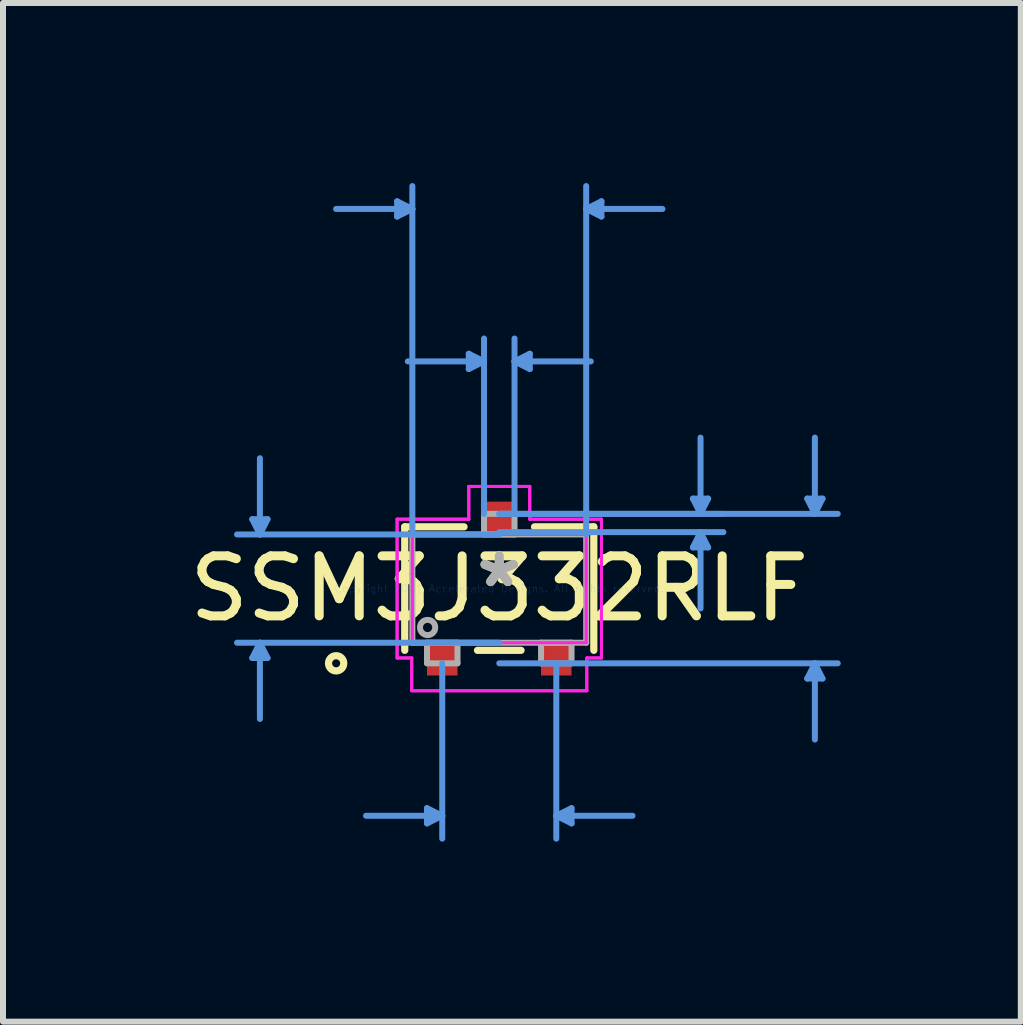
<source format=kicad_pcb>
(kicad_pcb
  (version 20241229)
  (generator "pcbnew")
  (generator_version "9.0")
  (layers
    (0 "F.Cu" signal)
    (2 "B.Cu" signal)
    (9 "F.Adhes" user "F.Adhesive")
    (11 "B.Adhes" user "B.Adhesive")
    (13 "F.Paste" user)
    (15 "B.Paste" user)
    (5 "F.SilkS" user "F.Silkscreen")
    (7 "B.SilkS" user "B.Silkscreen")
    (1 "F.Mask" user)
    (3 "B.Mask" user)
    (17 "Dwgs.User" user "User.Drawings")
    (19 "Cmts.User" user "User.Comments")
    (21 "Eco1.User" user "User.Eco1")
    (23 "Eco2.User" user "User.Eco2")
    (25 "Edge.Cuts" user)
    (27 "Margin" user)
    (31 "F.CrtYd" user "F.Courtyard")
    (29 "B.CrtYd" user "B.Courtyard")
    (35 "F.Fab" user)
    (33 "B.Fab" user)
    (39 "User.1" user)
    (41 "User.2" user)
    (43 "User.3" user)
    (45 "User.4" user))
  (footprint "SSM3J332RLF"
    (layer "F.Cu")
    (at 5.268 6.756)
    (property "Reference" "SSM3J332RLF" (at 0 0 0) (layer "F.SilkS") (effects (font (size 1 1) (thickness 0.15))))
    (attr through_hole)
    (fp_line (start -1.575 -1.029) (end -1.575 1.029) (stroke (width 0.12) (type solid)) (layer "F.SilkS"))
    (fp_line (start -0.587 -1.029) (end -1.575 -1.029) (stroke (width 0.12) (type solid)) (layer "F.SilkS"))
    (fp_line (start -0.363 1.029) (end 0.363 1.029) (stroke (width 0.12) (type solid)) (layer "F.SilkS"))
    (fp_line (start 1.575 -1.029) (end 0.587 -1.029) (stroke (width 0.12) (type solid)) (layer "F.SilkS"))
    (fp_line (start 1.575 1.029) (end 1.575 -1.029) (stroke (width 0.12) (type solid)) (layer "F.SilkS"))
    (fp_circle (center -2.718 1.245) (end -2.591 1.245) (stroke (width 0.12) (type solid)) (fill no) (layer "F.SilkS"))
    (fp_line (start -4.115 -1.156) (end -3.861 -1.156) (stroke (width 0.1) (type solid)) (layer "Cmts.User"))
    (fp_line (start -4.115 1.156) (end -3.861 1.156) (stroke (width 0.1) (type solid)) (layer "Cmts.User"))
    (fp_line (start -3.988 -0.902) (end -4.115 -1.156) (stroke (width 0.1) (type solid)) (layer "Cmts.User"))
    (fp_line (start -3.988 -0.902) (end -3.988 -2.172) (stroke (width 0.1) (type solid)) (layer "Cmts.User"))
    (fp_line (start -3.988 -0.902) (end -3.861 -1.156) (stroke (width 0.1) (type solid)) (layer "Cmts.User"))
    (fp_line (start -3.988 0.902) (end -4.115 1.156) (stroke (width 0.1) (type solid)) (layer "Cmts.User"))
    (fp_line (start -3.988 0.902) (end -3.988 2.172) (stroke (width 0.1) (type solid)) (layer "Cmts.User"))
    (fp_line (start -3.988 0.902) (end -3.861 1.156) (stroke (width 0.1) (type solid)) (layer "Cmts.User"))
    (fp_line (start -1.702 -6.452) (end -1.702 -6.198) (stroke (width 0.1) (type solid)) (layer "Cmts.User"))
    (fp_line (start -1.448 -6.325) (end -2.718 -6.325) (stroke (width 0.1) (type solid)) (layer "Cmts.User"))
    (fp_line (start -1.448 -6.325) (end -1.702 -6.452) (stroke (width 0.1) (type solid)) (layer "Cmts.User"))
    (fp_line (start -1.448 -6.325) (end -1.702 -6.198) (stroke (width 0.1) (type solid)) (layer "Cmts.User"))
    (fp_line (start -1.448 -0.902) (end -1.448 -6.706) (stroke (width 0.1) (type solid)) (layer "Cmts.User"))
    (fp_line (start -1.204 3.658) (end -1.204 3.912) (stroke (width 0.1) (type solid)) (layer "Cmts.User"))
    (fp_line (start -0.95 1.245) (end -0.95 4.166) (stroke (width 0.1) (type solid)) (layer "Cmts.User"))
    (fp_line (start -0.95 3.785) (end -2.22 3.785) (stroke (width 0.1) (type solid)) (layer "Cmts.User"))
    (fp_line (start -0.95 3.785) (end -1.204 3.658) (stroke (width 0.1) (type solid)) (layer "Cmts.User"))
    (fp_line (start -0.95 3.785) (end -1.204 3.912) (stroke (width 0.1) (type solid)) (layer "Cmts.User"))
    (fp_line (start -0.508 -3.912) (end -0.508 -3.658) (stroke (width 0.1) (type solid)) (layer "Cmts.User"))
    (fp_line (start -0.254 -3.785) (end -1.524 -3.785) (stroke (width 0.1) (type solid)) (layer "Cmts.User"))
    (fp_line (start -0.254 -3.785) (end -0.508 -3.912) (stroke (width 0.1) (type solid)) (layer "Cmts.User"))
    (fp_line (start -0.254 -3.785) (end -0.508 -3.658) (stroke (width 0.1) (type solid)) (layer "Cmts.User"))
    (fp_line (start -0.254 -1.245) (end -0.254 -4.166) (stroke (width 0.1) (type solid)) (layer "Cmts.User"))
    (fp_line (start 0 -1.245) (end 3.734 -1.245) (stroke (width 0.1) (type solid)) (layer "Cmts.User"))
    (fp_line (start 0 -1.245) (end 5.639 -1.245) (stroke (width 0.1) (type solid)) (layer "Cmts.User"))
    (fp_line (start 0 -0.94) (end 3.734 -0.94) (stroke (width 0.1) (type solid)) (layer "Cmts.User"))
    (fp_line (start 0 -0.902) (end -4.369 -0.902) (stroke (width 0.1) (type solid)) (layer "Cmts.User"))
    (fp_line (start 0 0.902) (end -4.369 0.902) (stroke (width 0.1) (type solid)) (layer "Cmts.User"))
    (fp_line (start 0 1.245) (end 5.639 1.245) (stroke (width 0.1) (type solid)) (layer "Cmts.User"))
    (fp_line (start 0.254 -3.785) (end 0.508 -3.912) (stroke (width 0.1) (type solid)) (layer "Cmts.User"))
    (fp_line (start 0.254 -3.785) (end 0.508 -3.658) (stroke (width 0.1) (type solid)) (layer "Cmts.User"))
    (fp_line (start 0.254 -3.785) (end 1.524 -3.785) (stroke (width 0.1) (type solid)) (layer "Cmts.User"))
    (fp_line (start 0.254 -1.245) (end 0.254 -4.166) (stroke (width 0.1) (type solid)) (layer "Cmts.User"))
    (fp_line (start 0.508 -3.912) (end 0.508 -3.658) (stroke (width 0.1) (type solid)) (layer "Cmts.User"))
    (fp_line (start 0.95 1.245) (end 0.95 4.166) (stroke (width 0.1) (type solid)) (layer "Cmts.User"))
    (fp_line (start 0.95 3.785) (end 1.204 3.658) (stroke (width 0.1) (type solid)) (layer "Cmts.User"))
    (fp_line (start 0.95 3.785) (end 1.204 3.912) (stroke (width 0.1) (type solid)) (layer "Cmts.User"))
    (fp_line (start 0.95 3.785) (end 2.22 3.785) (stroke (width 0.1) (type solid)) (layer "Cmts.User"))
    (fp_line (start 1.204 3.658) (end 1.204 3.912) (stroke (width 0.1) (type solid)) (layer "Cmts.User"))
    (fp_line (start 1.448 -6.325) (end 1.702 -6.452) (stroke (width 0.1) (type solid)) (layer "Cmts.User"))
    (fp_line (start 1.448 -6.325) (end 1.702 -6.198) (stroke (width 0.1) (type solid)) (layer "Cmts.User"))
    (fp_line (start 1.448 -6.325) (end 2.718 -6.325) (stroke (width 0.1) (type solid)) (layer "Cmts.User"))
    (fp_line (start 1.448 -0.902) (end 1.448 -6.706) (stroke (width 0.1) (type solid)) (layer "Cmts.User"))
    (fp_line (start 1.702 -6.452) (end 1.702 -6.198) (stroke (width 0.1) (type solid)) (layer "Cmts.User"))
    (fp_line (start 3.226 -1.499) (end 3.48 -1.499) (stroke (width 0.1) (type solid)) (layer "Cmts.User"))
    (fp_line (start 3.226 -0.686) (end 3.48 -0.686) (stroke (width 0.1) (type solid)) (layer "Cmts.User"))
    (fp_line (start 3.353 -1.245) (end 3.226 -1.499) (stroke (width 0.1) (type solid)) (layer "Cmts.User"))
    (fp_line (start 3.353 -1.245) (end 3.353 -2.515) (stroke (width 0.1) (type solid)) (layer "Cmts.User"))
    (fp_line (start 3.353 -1.245) (end 3.48 -1.499) (stroke (width 0.1) (type solid)) (layer "Cmts.User"))
    (fp_line (start 3.353 -0.94) (end 3.226 -0.686) (stroke (width 0.1) (type solid)) (layer "Cmts.User"))
    (fp_line (start 3.353 -0.94) (end 3.353 0.33) (stroke (width 0.1) (type solid)) (layer "Cmts.User"))
    (fp_line (start 3.353 -0.94) (end 3.48 -0.686) (stroke (width 0.1) (type solid)) (layer "Cmts.User"))
    (fp_line (start 5.131 -1.499) (end 5.385 -1.499) (stroke (width 0.1) (type solid)) (layer "Cmts.User"))
    (fp_line (start 5.131 1.499) (end 5.385 1.499) (stroke (width 0.1) (type solid)) (layer "Cmts.User"))
    (fp_line (start 5.258 -1.245) (end 5.131 -1.499) (stroke (width 0.1) (type solid)) (layer "Cmts.User"))
    (fp_line (start 5.258 -1.245) (end 5.258 -2.515) (stroke (width 0.1) (type solid)) (layer "Cmts.User"))
    (fp_line (start 5.258 -1.245) (end 5.385 -1.499) (stroke (width 0.1) (type solid)) (layer "Cmts.User"))
    (fp_line (start 5.258 1.245) (end 5.131 1.499) (stroke (width 0.1) (type solid)) (layer "Cmts.User"))
    (fp_line (start 5.258 1.245) (end 5.258 2.515) (stroke (width 0.1) (type solid)) (layer "Cmts.User"))
    (fp_line (start 5.258 1.245) (end 5.385 1.499) (stroke (width 0.1) (type solid)) (layer "Cmts.User"))
    (fp_line (start -1.702 -1.156) (end -0.508 -1.156) (stroke (width 0.05) (type solid)) (layer "F.CrtYd"))
    (fp_line (start -1.702 -1.156) (end -0.508 -1.156) (stroke (width 0.05) (type solid)) (layer "F.CrtYd"))
    (fp_line (start -1.702 1.156) (end -1.702 -1.156) (stroke (width 0.05) (type solid)) (layer "F.CrtYd"))
    (fp_line (start -1.702 1.156) (end -1.702 -1.156) (stroke (width 0.05) (type solid)) (layer "F.CrtYd"))
    (fp_line (start -1.702 1.156) (end -1.458 1.156) (stroke (width 0.05) (type solid)) (layer "F.CrtYd"))
    (fp_line (start -1.458 1.156) (end -1.702 1.156) (stroke (width 0.05) (type solid)) (layer "F.CrtYd"))
    (fp_line (start -1.458 1.156) (end -1.458 1.702) (stroke (width 0.05) (type solid)) (layer "F.CrtYd"))
    (fp_line (start -1.458 1.702) (end -1.458 1.156) (stroke (width 0.05) (type solid)) (layer "F.CrtYd"))
    (fp_line (start -1.458 1.702) (end 1.458 1.702) (stroke (width 0.05) (type solid)) (layer "F.CrtYd"))
    (fp_line (start -1.448 -0.902) (end 1.448 -0.902) (stroke (width 0.05) (type solid)) (layer "F.CrtYd"))
    (fp_line (start -1.448 0.902) (end -1.448 -0.902) (stroke (width 0.05) (type solid)) (layer "F.CrtYd"))
    (fp_line (start -0.508 -1.702) (end 0.508 -1.702) (stroke (width 0.05) (type solid)) (layer "F.CrtYd"))
    (fp_line (start -0.508 -1.702) (end 0.508 -1.702) (stroke (width 0.05) (type solid)) (layer "F.CrtYd"))
    (fp_line (start -0.508 -1.156) (end -0.508 -1.702) (stroke (width 0.05) (type solid)) (layer "F.CrtYd"))
    (fp_line (start -0.508 -1.156) (end -0.508 -1.702) (stroke (width 0.05) (type solid)) (layer "F.CrtYd"))
    (fp_line (start 0.508 -1.702) (end 0.508 -1.156) (stroke (width 0.05) (type solid)) (layer "F.CrtYd"))
    (fp_line (start 0.508 -1.156) (end 0.508 -1.702) (stroke (width 0.05) (type solid)) (layer "F.CrtYd"))
    (fp_line (start 0.508 -1.156) (end 1.702 -1.156) (stroke (width 0.05) (type solid)) (layer "F.CrtYd"))
    (fp_line (start 1.448 -0.902) (end 1.448 0.902) (stroke (width 0.05) (type solid)) (layer "F.CrtYd"))
    (fp_line (start 1.448 0.902) (end -1.448 0.902) (stroke (width 0.05) (type solid)) (layer "F.CrtYd"))
    (fp_line (start 1.458 1.156) (end 1.458 1.702) (stroke (width 0.05) (type solid)) (layer "F.CrtYd"))
    (fp_line (start 1.458 1.156) (end 1.458 1.702) (stroke (width 0.05) (type solid)) (layer "F.CrtYd"))
    (fp_line (start 1.458 1.702) (end -1.458 1.702) (stroke (width 0.05) (type solid)) (layer "F.CrtYd"))
    (fp_line (start 1.702 -1.156) (end 0.508 -1.156) (stroke (width 0.05) (type solid)) (layer "F.CrtYd"))
    (fp_line (start 1.702 -1.156) (end 1.702 1.156) (stroke (width 0.05) (type solid)) (layer "F.CrtYd"))
    (fp_line (start 1.702 -1.156) (end 1.702 1.156) (stroke (width 0.05) (type solid)) (layer "F.CrtYd"))
    (fp_line (start 1.702 1.156) (end 1.458 1.156) (stroke (width 0.05) (type solid)) (layer "F.CrtYd"))
    (fp_line (start 1.702 1.156) (end 1.458 1.156) (stroke (width 0.05) (type solid)) (layer "F.CrtYd"))
    (fp_line (start -1.448 -0.902) (end -1.448 0.902) (stroke (width 0.1) (type solid)) (layer "F.Fab"))
    (fp_line (start -1.448 0.902) (end 1.448 0.902) (stroke (width 0.1) (type solid)) (layer "F.Fab"))
    (fp_line (start -1.204 0.902) (end -1.204 1.245) (stroke (width 0.1) (type solid)) (layer "F.Fab"))
    (fp_line (start -1.204 1.245) (end -0.696 1.245) (stroke (width 0.1) (type solid)) (layer "F.Fab"))
    (fp_line (start -0.696 0.902) (end -1.204 0.902) (stroke (width 0.1) (type solid)) (layer "F.Fab"))
    (fp_line (start -0.696 1.245) (end -0.696 0.902) (stroke (width 0.1) (type solid)) (layer "F.Fab"))
    (fp_line (start -0.254 -1.245) (end -0.254 -0.902) (stroke (width 0.1) (type solid)) (layer "F.Fab"))
    (fp_line (start -0.254 -0.902) (end 0.254 -0.902) (stroke (width 0.1) (type solid)) (layer "F.Fab"))
    (fp_line (start 0.254 -1.245) (end -0.254 -1.245) (stroke (width 0.1) (type solid)) (layer "F.Fab"))
    (fp_line (start 0.254 -0.902) (end 0.254 -1.245) (stroke (width 0.1) (type solid)) (layer "F.Fab"))
    (fp_line (start 0.696 0.902) (end 0.696 1.245) (stroke (width 0.1) (type solid)) (layer "F.Fab"))
    (fp_line (start 0.696 1.245) (end 1.204 1.245) (stroke (width 0.1) (type solid)) (layer "F.Fab"))
    (fp_line (start 1.204 0.902) (end 0.696 0.902) (stroke (width 0.1) (type solid)) (layer "F.Fab"))
    (fp_line (start 1.204 1.245) (end 1.204 0.902) (stroke (width 0.1) (type solid)) (layer "F.Fab"))
    (fp_line (start 1.448 -0.902) (end -1.448 -0.902) (stroke (width 0.1) (type solid)) (layer "F.Fab"))
    (fp_line (start 1.448 0.902) (end 1.448 -0.902) (stroke (width 0.1) (type solid)) (layer "F.Fab"))
    (fp_circle (center -1.194 0.648) (end -1.067 0.648) (stroke (width 0.1) (type solid)) (fill no) (layer "F.Fab"))
    (fp_text user "*" (at 0 0 0) (layer "F.SilkS") (effects (font (size 1 1) (thickness 0.15))))
    (fp_text user "Copyright 2021 Accelerated Designs. All rights reserved." (at 0 0 0) (layer "Cmts.User") (effects (font (size 0.127 0.127) (thickness 0.002))))
    (fp_text user "*" (at 0 0 0) (layer "F.Fab") (effects (font (size 1 1) (thickness 0.15))))
    (pad "1" smd rect (at -0.95 1.194) (size 0.508 0.508) (layers "F.Cu" "F.Mask" "F.Paste"))
    (pad "2" smd rect (at 0.95 1.194) (size 0.508 0.508) (layers "F.Cu" "F.Mask" "F.Paste"))
    (pad "3" smd rect (at 0 -1.194) (size 0.508 0.508) (layers "F.Cu" "F.Mask" "F.Paste")))
  (gr_rect
    (start -3 -3)
    (end 13.957 13.971)
    (stroke (width 0.1) (type default))
    (fill no)
    (layer "Edge.Cuts")))
</source>
